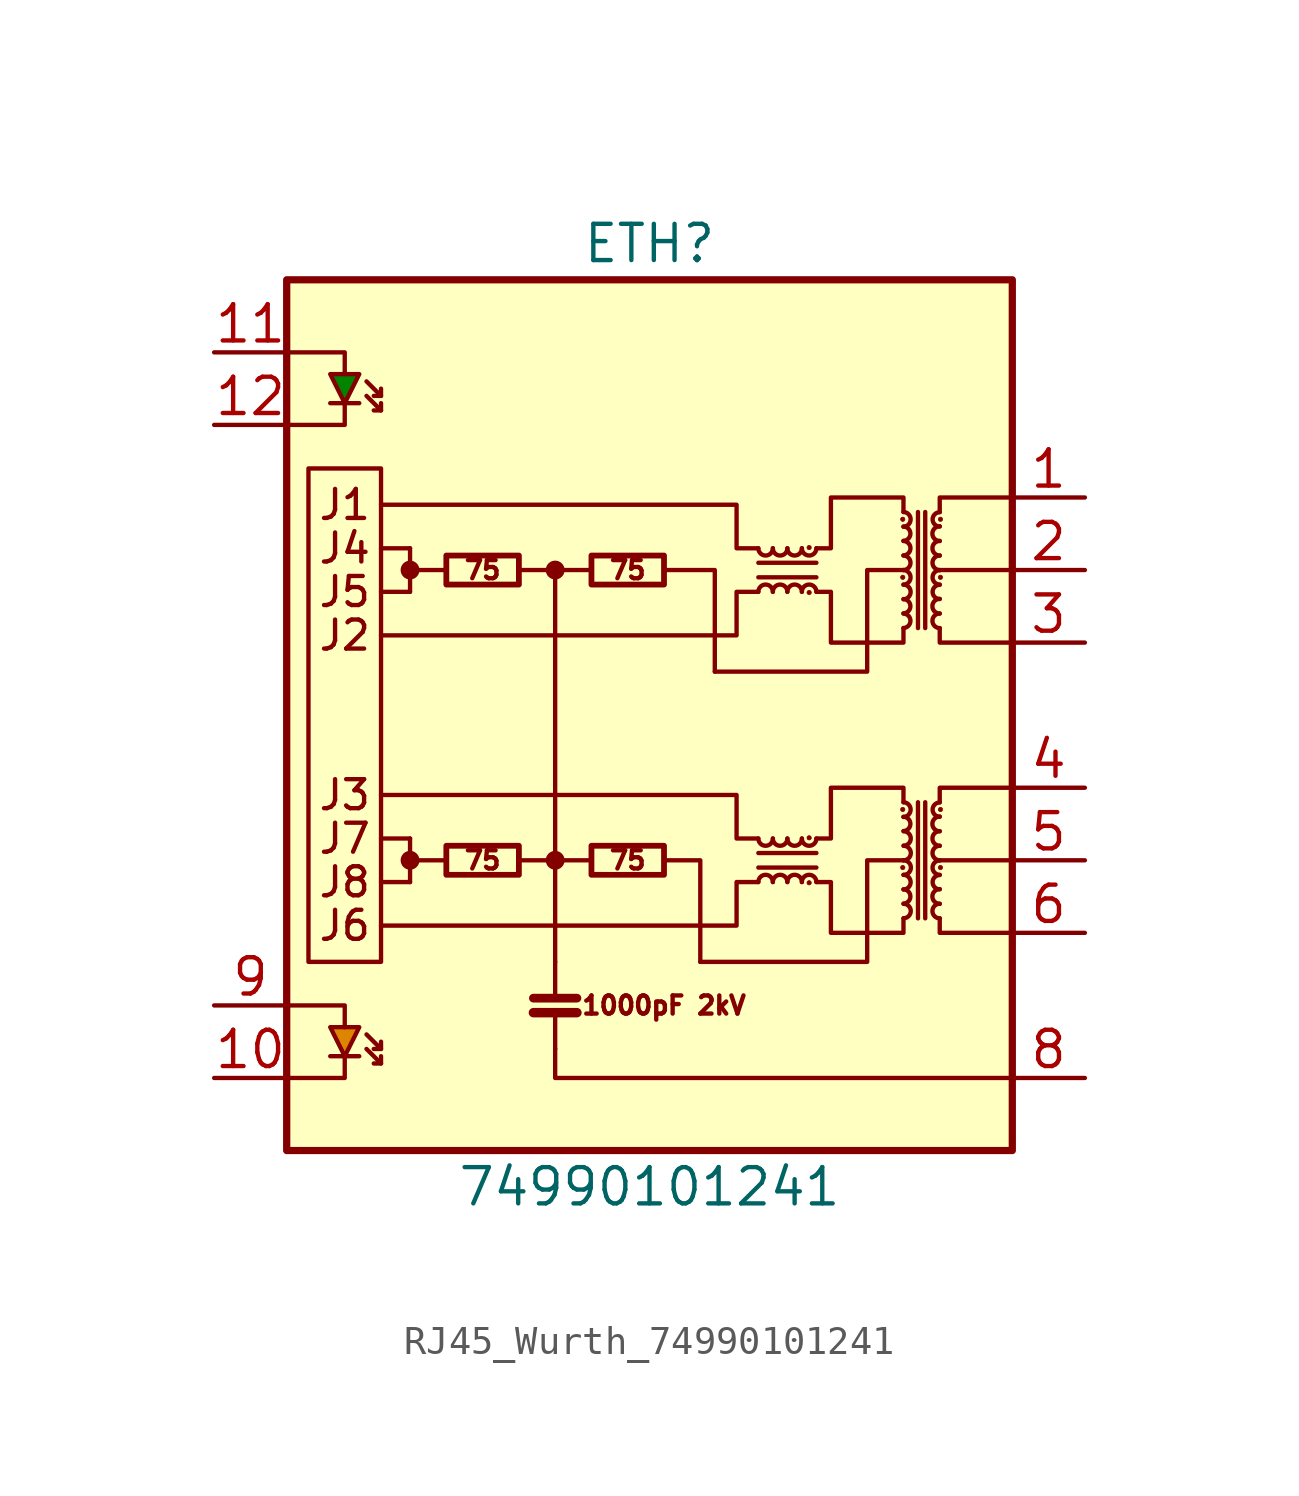
<source format=kicad_sym>
(kicad_symbol_lib
  (version 20220914)
  (generator kicad_symbol_editor)
  (symbol "RJ45_Wurth_74990101241"
    (pin_names
      (offset 0.025) hide)
    (property "Reference" "ETH"
      (at 0 16.51 0)
      (effects (font (size 1.27 1.27))))
    (property "Value" "74990101241"
      (at 0 -16.51 0)
      (effects (font (size 1.27 1.27))))
    (symbol "RJ45_Wurth_74990101241_0_0"
      (polyline (pts (xy -8.382 -5.842) (xy -9.398 -5.842)) (stroke (width 0) (type default)) (fill (type none)))
      (polyline (pts (xy -8.382 -4.318) (xy -9.398 -4.318)) (stroke (width 0) (type default)) (fill (type none)))
      (polyline (pts (xy -8.382 4.318) (xy -9.398 4.318)) (stroke (width 0) (type default)) (fill (type none)))
      (polyline (pts (xy -8.382 5.842) (xy -9.398 5.842)) (stroke (width 0) (type default)) (fill (type none)))
      (polyline (pts (xy 12.7 -5.08) (xy 10.16 -5.08)) (stroke (width 0) (type default)) (fill (type none)))
      (polyline (pts (xy 12.7 5.08) (xy 10.16 5.08)) (stroke (width 0) (type default)) (fill (type none)))
      (polyline (pts (xy 1.778 -8.636) (xy 7.62 -8.636) (xy 7.62 -5.08) (xy 8.89 -5.08)) (stroke (width 0) (type default)) (fill (type none)))
      (polyline (pts (xy 2.286 1.524) (xy 7.62 1.524) (xy 7.62 5.08) (xy 8.89 5.08)) (stroke (width 0) (type default)) (fill (type none)))
      (text "1000pF 2kV" (at 0.508 -10.16 0) (effects (font (size 0.635 0.635))))
      (text "75" (at -5.842 -5.08 0) (effects (font (size 0.635 0.635))))
      (text "75" (at -5.842 5.08 0) (effects (font (size 0.635 0.635))))
      (text "75" (at -0.762 -5.08 0) (effects (font (size 0.635 0.635))))
      (text "75" (at -0.762 5.08 0) (effects (font (size 0.635 0.635)))))
    (symbol "RJ45_Wurth_74990101241_0_1"
      (rectangle (start -12.7 15.24) (end 12.7 -15.24) (stroke (width 0.254) (type default)) (fill (type background)))
      (rectangle (start -11.938 8.636) (end -9.398 -8.636) (stroke (width 0) (type default)) (fill (type none)))
      (circle (center -8.382 -5.08) (radius 0.254) (stroke (width 0) (type default)) (fill (type outline)))
      (circle (center -8.382 5.08) (radius 0.254) (stroke (width 0) (type default)) (fill (type outline)))
      (rectangle (start -7.112 -4.572) (end -4.572 -5.588) (stroke (width 0.203) (type default)) (fill (type none)))
      (rectangle (start -7.112 5.588) (end -4.572 4.572) (stroke (width 0.203) (type default)) (fill (type none)))
      (circle (center -3.302 -5.08) (radius 0.254) (stroke (width 0) (type default)) (fill (type outline)))
      (circle (center -3.302 5.08) (radius 0.254) (stroke (width 0) (type default)) (fill (type outline)))
      (rectangle (start -2.032 -4.572) (end 0.508 -5.588) (stroke (width 0.203) (type default)) (fill (type none)))
      (rectangle (start -2.032 5.588) (end 0.508 4.572) (stroke (width 0.203) (type default)) (fill (type none)))
      (polyline (pts (xy -11.176 -11.938) (xy -10.16 -11.938)) (stroke (width 0) (type default)) (fill (type none)))
      (polyline (pts (xy -11.176 10.922) (xy -10.16 10.922)) (stroke (width 0) (type default)) (fill (type none)))
      (polyline (pts (xy -9.398 -12.192) (xy -9.906 -11.684)) (stroke (width 0) (type default)) (fill (type none)))
      (polyline (pts (xy -9.398 -11.684) (xy -9.906 -11.176)) (stroke (width 0) (type default)) (fill (type none)))
      (polyline (pts (xy -9.398 10.668) (xy -9.906 11.176)) (stroke (width 0) (type default)) (fill (type none)))
      (polyline (pts (xy -9.398 11.176) (xy -9.906 11.684)) (stroke (width 0) (type default)) (fill (type none)))
      (polyline (pts (xy -4.064 -10.414) (xy -2.54 -10.414)) (stroke (width 0.33) (type default)) (fill (type none)))
      (polyline (pts (xy -4.064 -9.906) (xy -2.54 -9.906)) (stroke (width 0.305) (type default)) (fill (type none)))
      (polyline (pts (xy -3.302 -11.684) (xy -3.302 -10.414)) (stroke (width 0) (type default)) (fill (type none)))
      (polyline (pts (xy -3.302 -9.906) (xy -3.302 -8.636)) (stroke (width 0) (type default)) (fill (type none)))
      (polyline (pts (xy 3.81 -5.334) (xy 5.842 -5.334)) (stroke (width 0) (type default)) (fill (type none)))
      (polyline (pts (xy 3.81 4.826) (xy 5.842 4.826)) (stroke (width 0) (type default)) (fill (type none)))
      (polyline (pts (xy 5.842 -4.826) (xy 3.81 -4.826)) (stroke (width 0) (type default)) (fill (type none)))
      (polyline (pts (xy 5.842 5.334) (xy 3.81 5.334)) (stroke (width 0) (type default)) (fill (type none)))
      (polyline (pts (xy 9.398 -3.048) (xy 9.398 -7.112)) (stroke (width 0) (type default)) (fill (type none)))
      (polyline (pts (xy 9.398 7.112) (xy 9.398 3.048)) (stroke (width 0) (type default)) (fill (type none)))
      (polyline (pts (xy 9.652 -7.112) (xy 9.652 -3.048)) (stroke (width 0) (type default)) (fill (type none)))
      (polyline (pts (xy 9.652 3.048) (xy 9.652 7.112)) (stroke (width 0) (type default)) (fill (type none)))
      (polyline (pts (xy -12.7 -12.7) (xy -10.668 -12.7) (xy -10.668 -11.938)) (stroke (width 0) (type default)) (fill (type none)))
      (polyline (pts (xy -12.7 -10.16) (xy -10.668 -10.16) (xy -10.668 -10.922)) (stroke (width 0) (type default)) (fill (type none)))
      (polyline (pts (xy -12.7 10.16) (xy -10.668 10.16) (xy -10.668 10.922)) (stroke (width 0) (type default)) (fill (type none)))
      (polyline (pts (xy -12.7 12.7) (xy -10.668 12.7) (xy -10.668 11.938)) (stroke (width 0) (type default)) (fill (type none)))
      (polyline (pts (xy -9.652 -12.192) (xy -9.398 -12.192) (xy -9.398 -11.938)) (stroke (width 0) (type default)) (fill (type none)))
      (polyline (pts (xy -9.652 -11.684) (xy -9.398 -11.684) (xy -9.398 -11.43)) (stroke (width 0) (type default)) (fill (type none)))
      (polyline (pts (xy -9.652 10.668) (xy -9.398 10.668) (xy -9.398 10.922)) (stroke (width 0) (type default)) (fill (type none)))
      (polyline (pts (xy -9.652 11.176) (xy -9.398 11.176) (xy -9.398 11.43)) (stroke (width 0) (type default)) (fill (type none)))
      (polyline (pts (xy 10.16 -7.112) (xy 10.16 -7.62) (xy 12.7 -7.62)) (stroke (width 0) (type default)) (fill (type none)))
      (polyline (pts (xy 10.16 -3.048) (xy 10.16 -2.54) (xy 12.7 -2.54)) (stroke (width 0) (type default)) (fill (type none)))
      (polyline (pts (xy 10.16 3.048) (xy 10.16 2.54) (xy 12.7 2.54)) (stroke (width 0) (type default)) (fill (type none)))
      (polyline (pts (xy 10.16 7.112) (xy 10.16 7.62) (xy 12.7 7.62)) (stroke (width 0) (type default)) (fill (type none)))
      (polyline (pts (xy -10.668 10.922) (xy -11.176 11.938) (xy -10.16 11.938) (xy -10.668 10.922)) (stroke (width 0) (type default)) (fill (type color) (color 0 132 0 1)))
      (polyline (pts (xy 5.842 -4.318) (xy 6.35 -4.318) (xy 6.35 -2.54) (xy 8.89 -2.54) (xy 8.89 -3.048)) (stroke (width 0) (type default)) (fill (type none)))
      (polyline (pts (xy 5.842 5.842) (xy 6.35 5.842) (xy 6.35 7.62) (xy 8.89 7.62) (xy 8.89 7.112)) (stroke (width 0) (type default)) (fill (type none)))
      (polyline (pts (xy 8.89 -7.112) (xy 8.89 -7.62) (xy 6.35 -7.62) (xy 6.35 -5.842) (xy 5.842 -5.842)) (stroke (width 0) (type default)) (fill (type none)))
      (polyline (pts (xy 8.89 3.048) (xy 8.89 2.54) (xy 6.35 2.54) (xy 6.35 4.318) (xy 5.842 4.318)) (stroke (width 0) (type default)) (fill (type none)))
      (arc (start 3.81 -4.318) (mid 4.064 -4.5709) (end 4.318 -4.318) (stroke (width 0) (type default)) (fill (type none)))
      (arc (start 3.81 5.842) (mid 4.064 5.5891) (end 4.318 5.842) (stroke (width 0) (type default)) (fill (type none)))
      (arc (start 4.318 -5.842) (mid 4.064 -5.5891) (end 3.81 -5.842) (stroke (width 0) (type default)) (fill (type none)))
      (arc (start 4.318 -4.318) (mid 4.572 -4.5709) (end 4.826 -4.318) (stroke (width 0) (type default)) (fill (type none)))
      (arc (start 4.318 4.318) (mid 4.064 4.5709) (end 3.81 4.318) (stroke (width 0) (type default)) (fill (type none)))
      (arc (start 4.318 5.842) (mid 4.572 5.5891) (end 4.826 5.842) (stroke (width 0) (type default)) (fill (type none)))
      (arc (start 4.826 -5.842) (mid 4.572 -5.5891) (end 4.318 -5.842) (stroke (width 0) (type default)) (fill (type none)))
      (arc (start 4.826 -4.318) (mid 5.08 -4.5709) (end 5.334 -4.318) (stroke (width 0) (type default)) (fill (type none)))
      (arc (start 4.826 4.318) (mid 4.572 4.5709) (end 4.318 4.318) (stroke (width 0) (type default)) (fill (type none)))
      (arc (start 4.826 5.842) (mid 5.08 5.5891) (end 5.334 5.842) (stroke (width 0) (type default)) (fill (type none)))
      (arc (start 5.334 -5.842) (mid 5.08 -5.5891) (end 4.826 -5.842) (stroke (width 0) (type default)) (fill (type none)))
      (arc (start 5.334 -4.318) (mid 5.588 -4.5709) (end 5.842 -4.318) (stroke (width 0) (type default)) (fill (type none)))
      (arc (start 5.334 4.318) (mid 5.08 4.5709) (end 4.826 4.318) (stroke (width 0) (type default)) (fill (type none)))
      (arc (start 5.334 5.842) (mid 5.588 5.5891) (end 5.842 5.842) (stroke (width 0) (type default)) (fill (type none)))
      (circle (center 5.588 -5.867) (radius 0.076) (stroke (width 0.025) (type default)) (fill (type outline)))
      (circle (center 5.588 -4.293) (radius 0.076) (stroke (width 0.025) (type default)) (fill (type outline)))
      (circle (center 5.588 4.293) (radius 0.076) (stroke (width 0.025) (type default)) (fill (type outline)))
      (circle (center 5.588 5.867) (radius 0.076) (stroke (width 0.025) (type default)) (fill (type outline)))
      (arc (start 5.842 -5.842) (mid 5.588 -5.5891) (end 5.334 -5.842) (stroke (width 0) (type default)) (fill (type none)))
      (arc (start 5.842 4.318) (mid 5.588 4.5709) (end 5.334 4.318) (stroke (width 0) (type default)) (fill (type none)))
      (circle (center 8.865 -5.334) (radius 0.076) (stroke (width 0.025) (type default)) (fill (type outline)))
      (circle (center 8.865 -3.302) (radius 0.076) (stroke (width 0.025) (type default)) (fill (type outline)))
      (circle (center 8.865 4.826) (radius 0.076) (stroke (width 0.025) (type default)) (fill (type outline)))
      (circle (center 8.865 6.858) (radius 0.076) (stroke (width 0.025) (type default)) (fill (type outline)))
      (arc (start 8.89 -6.604) (mid 9.1428 -6.35) (end 8.89 -6.096) (stroke (width 0) (type default)) (fill (type none)))
      (arc (start 8.89 -6.096) (mid 9.1428 -5.842) (end 8.89 -5.588) (stroke (width 0) (type default)) (fill (type none)))
      (arc (start 8.89 -4.064) (mid 9.1428 -3.81) (end 8.89 -3.556) (stroke (width 0) (type default)) (fill (type none)))
      (arc (start 8.89 -3.556) (mid 9.1428 -3.302) (end 8.89 -3.048) (stroke (width 0) (type default)) (fill (type none)))
      (arc (start 8.89 3.048) (mid 9.1428 3.302) (end 8.89 3.556) (stroke (width 0) (type default)) (fill (type none)))
      (arc (start 8.89 3.556) (mid 9.1428 3.81) (end 8.89 4.064) (stroke (width 0) (type default)) (fill (type none)))
      (arc (start 8.89 4.064) (mid 9.1428 4.318) (end 8.89 4.572) (stroke (width 0) (type default)) (fill (type none)))
      (arc (start 8.89 4.572) (mid 9.143 4.826) (end 8.89 5.08) (stroke (width 0) (type default)) (fill (type none)))
      (arc (start 8.89 5.08) (mid 9.143 5.334) (end 8.89 5.588) (stroke (width 0) (type default)) (fill (type none)))
      (arc (start 8.89 5.588) (mid 9.1428 5.842) (end 8.89 6.096) (stroke (width 0) (type default)) (fill (type none)))
      (arc (start 8.89 6.096) (mid 9.1428 6.35) (end 8.89 6.604) (stroke (width 0) (type default)) (fill (type none)))
      (arc (start 8.89 6.604) (mid 9.1428 6.858) (end 8.89 7.112) (stroke (width 0) (type default)) (fill (type none)))
      (arc (start 8.894 -7.112) (mid 9.146 -6.858) (end 8.894 -6.604) (stroke (width 0) (type default)) (fill (type none)))
      (arc (start 8.894 -5.588) (mid 9.146 -5.334) (end 8.894 -5.08) (stroke (width 0) (type default)) (fill (type none)))
      (arc (start 8.894 -5.08) (mid 9.146 -4.826) (end 8.894 -4.572) (stroke (width 0) (type default)) (fill (type none)))
      (arc (start 8.894 -4.572) (mid 9.146 -4.318) (end 8.894 -4.064) (stroke (width 0) (type default)) (fill (type none)))
      (arc (start 10.16 -6.604) (mid 9.91 -6.856) (end 10.16 -7.112) (stroke (width 0) (type default)) (fill (type none)))
      (arc (start 10.16 -6.096) (mid 9.9071 -6.35) (end 10.16 -6.604) (stroke (width 0) (type default)) (fill (type none)))
      (arc (start 10.16 -5.588) (mid 9.9071 -5.842) (end 10.16 -6.096) (stroke (width 0) (type default)) (fill (type none)))
      (arc (start 10.16 -5.08) (mid 9.9071 -5.334) (end 10.16 -5.588) (stroke (width 0) (type default)) (fill (type none)))
      (arc (start 10.16 -4.572) (mid 9.908 -4.826) (end 10.16 -5.08) (stroke (width 0) (type default)) (fill (type none)))
      (arc (start 10.16 -4.064) (mid 9.91 -4.316) (end 10.16 -4.572) (stroke (width 0) (type default)) (fill (type none)))
      (arc (start 10.16 -3.556) (mid 9.9071 -3.81) (end 10.16 -4.064) (stroke (width 0) (type default)) (fill (type none)))
      (arc (start 10.16 -3.048) (mid 9.9071 -3.302) (end 10.16 -3.556) (stroke (width 0) (type default)) (fill (type none)))
      (arc (start 10.16 3.556) (mid 9.9071 3.302) (end 10.16 3.048) (stroke (width 0) (type default)) (fill (type none)))
      (arc (start 10.16 4.064) (mid 9.9071 3.81) (end 10.16 3.556) (stroke (width 0) (type default)) (fill (type none)))
      (arc (start 10.16 4.572) (mid 9.9071 4.318) (end 10.16 4.064) (stroke (width 0) (type default)) (fill (type none)))
      (arc (start 10.16 5.08) (mid 9.907 4.826) (end 10.16 4.572) (stroke (width 0) (type default)) (fill (type none)))
      (arc (start 10.16 5.588) (mid 9.907 5.334) (end 10.16 5.08) (stroke (width 0) (type default)) (fill (type none)))
      (arc (start 10.16 6.096) (mid 9.9071 5.842) (end 10.16 5.588) (stroke (width 0) (type default)) (fill (type none)))
      (arc (start 10.16 6.604) (mid 9.9071 6.35) (end 10.16 6.096) (stroke (width 0) (type default)) (fill (type none)))
      (arc (start 10.16 7.112) (mid 9.9071 6.858) (end 10.16 6.604) (stroke (width 0) (type default)) (fill (type none)))
      (circle (center 10.185 -5.334) (radius 0.076) (stroke (width 0.025) (type default)) (fill (type outline)))
      (circle (center 10.185 -3.302) (radius 0.076) (stroke (width 0.025) (type default)) (fill (type outline)))
      (circle (center 10.185 4.826) (radius 0.076) (stroke (width 0.025) (type default)) (fill (type outline)))
      (circle (center 10.185 6.858) (radius 0.076) (stroke (width 0.025) (type default)) (fill (type outline))))
    (symbol "RJ45_Wurth_74990101241_1_0"
      (polyline (pts (xy -8.382 -5.08) (xy -7.112 -5.08)) (stroke (width 0) (type default)) (fill (type none)))
      (polyline (pts (xy -8.382 -4.318) (xy -8.382 -5.842)) (stroke (width 0) (type default)) (fill (type none)))
      (polyline (pts (xy -8.382 5.08) (xy -7.112 5.08)) (stroke (width 0) (type default)) (fill (type none)))
      (polyline (pts (xy -8.382 5.842) (xy -8.382 4.318)) (stroke (width 0) (type default)) (fill (type none)))
      (polyline (pts (xy -4.572 -5.08) (xy -2.032 -5.08)) (stroke (width 0) (type default)) (fill (type none)))
      (polyline (pts (xy -4.572 5.08) (xy -2.032 5.08)) (stroke (width 0) (type default)) (fill (type none)))
      (polyline (pts (xy -3.302 -8.636) (xy -3.302 5.08)) (stroke (width 0) (type default)) (fill (type none)))
      (polyline (pts (xy 0.508 -5.08) (xy 1.778 -5.08) (xy 1.778 -8.636)) (stroke (width 0) (type default)) (fill (type none)))
      (polyline (pts (xy 0.508 5.08) (xy 2.286 5.08) (xy 2.286 1.524)) (stroke (width 0) (type default)) (fill (type none)))
      (polyline (pts (xy 12.7 -12.7) (xy -3.302 -12.7) (xy -3.302 -11.684)) (stroke (width 0) (type default)) (fill (type none)))
      (polyline (pts (xy -9.398 -2.794) (xy 3.048 -2.794) (xy 3.048 -4.318) (xy 3.81 -4.318)) (stroke (width 0) (type default)) (fill (type none)))
      (polyline (pts (xy -9.398 7.366) (xy 3.048 7.366) (xy 3.048 5.842) (xy 3.81 5.842)) (stroke (width 0) (type default)) (fill (type none)))
      (polyline (pts (xy 3.81 -5.842) (xy 3.048 -5.842) (xy 3.048 -7.366) (xy -9.398 -7.366)) (stroke (width 0) (type default)) (fill (type none)))
      (polyline (pts (xy 3.81 4.318) (xy 3.048 4.318) (xy 3.048 2.794) (xy -9.398 2.794)) (stroke (width 0) (type default)) (fill (type none)))
      (text "J1" (at -10.668 7.366 0) (effects (font (size 1.016 1.016))))
      (text "J2" (at -10.668 2.794 0) (effects (font (size 1.016 1.016))))
      (text "J3" (at -10.668 -2.794 0) (effects (font (size 1.016 1.016))))
      (text "J4" (at -10.668 5.842 0) (effects (font (size 1.016 1.016))))
      (text "J5" (at -10.668 4.318 0) (effects (font (size 1.016 1.016))))
      (text "J6" (at -10.668 -7.366 0) (effects (font (size 1.016 1.016))))
      (text "J7" (at -10.668 -4.318 0) (effects (font (size 1.016 1.016))))
      (text "J8" (at -10.668 -5.842 0) (effects (font (size 1.016 1.016)))))
    (symbol "RJ45_Wurth_74990101241_1_1"
      (polyline (pts (xy -10.668 -11.938) (xy -11.176 -10.922) (xy -10.16 -10.922) (xy -10.668 -11.938)) (stroke (width 0) (type default)) (fill (type color) (color 221 133 0 1)))
      (pin passive line (at 15.24 7.62 180) (length 2.54) (name "TD+" (effects (font (size 1.27 1.27)))) (number "1" (effects (font (size 1.27 1.27)))))
      (pin passive line (at -15.24 -12.7 0) (length 2.54) (name "~" (effects (font (size 1.27 1.27)))) (number "10" (effects (font (size 1.27 1.27)))))
      (pin passive line (at -15.24 12.7 0) (length 2.54) (name "~" (effects (font (size 1.27 1.27)))) (number "11" (effects (font (size 1.27 1.27)))))
      (pin passive line (at -15.24 10.16 0) (length 2.54) (name "~" (effects (font (size 1.27 1.27)))) (number "12" (effects (font (size 1.27 1.27)))))
      (pin passive line (at 15.24 5.08 180) (length 2.54) (name "CTD" (effects (font (size 1.27 1.27)))) (number "2" (effects (font (size 1.27 1.27)))))
      (pin passive line (at 15.24 2.54 180) (length 2.54) (name "TD-" (effects (font (size 1.27 1.27)))) (number "3" (effects (font (size 1.27 1.27)))))
      (pin passive line (at 15.24 -2.54 180) (length 2.54) (name "RD+" (effects (font (size 1.27 1.27)))) (number "4" (effects (font (size 1.27 1.27)))))
      (pin passive line (at 15.24 -5.08 180) (length 2.54) (name "CRD" (effects (font (size 1.27 1.27)))) (number "5" (effects (font (size 1.27 1.27)))))
      (pin passive line (at 15.24 -7.62 180) (length 2.54) (name "RD-" (effects (font (size 1.27 1.27)))) (number "6" (effects (font (size 1.27 1.27)))))
      (pin power_in line (at 15.24 -12.7 180) (length 2.54) (name "~" (effects (font (size 1.27 1.27)))) (number "8" (effects (font (size 1.27 1.27)))))
      (pin passive line (at -15.24 -10.16 0) (length 2.54) (name "~" (effects (font (size 1.27 1.27)))) (number "9" (effects (font (size 1.27 1.27))))))))
</source>
